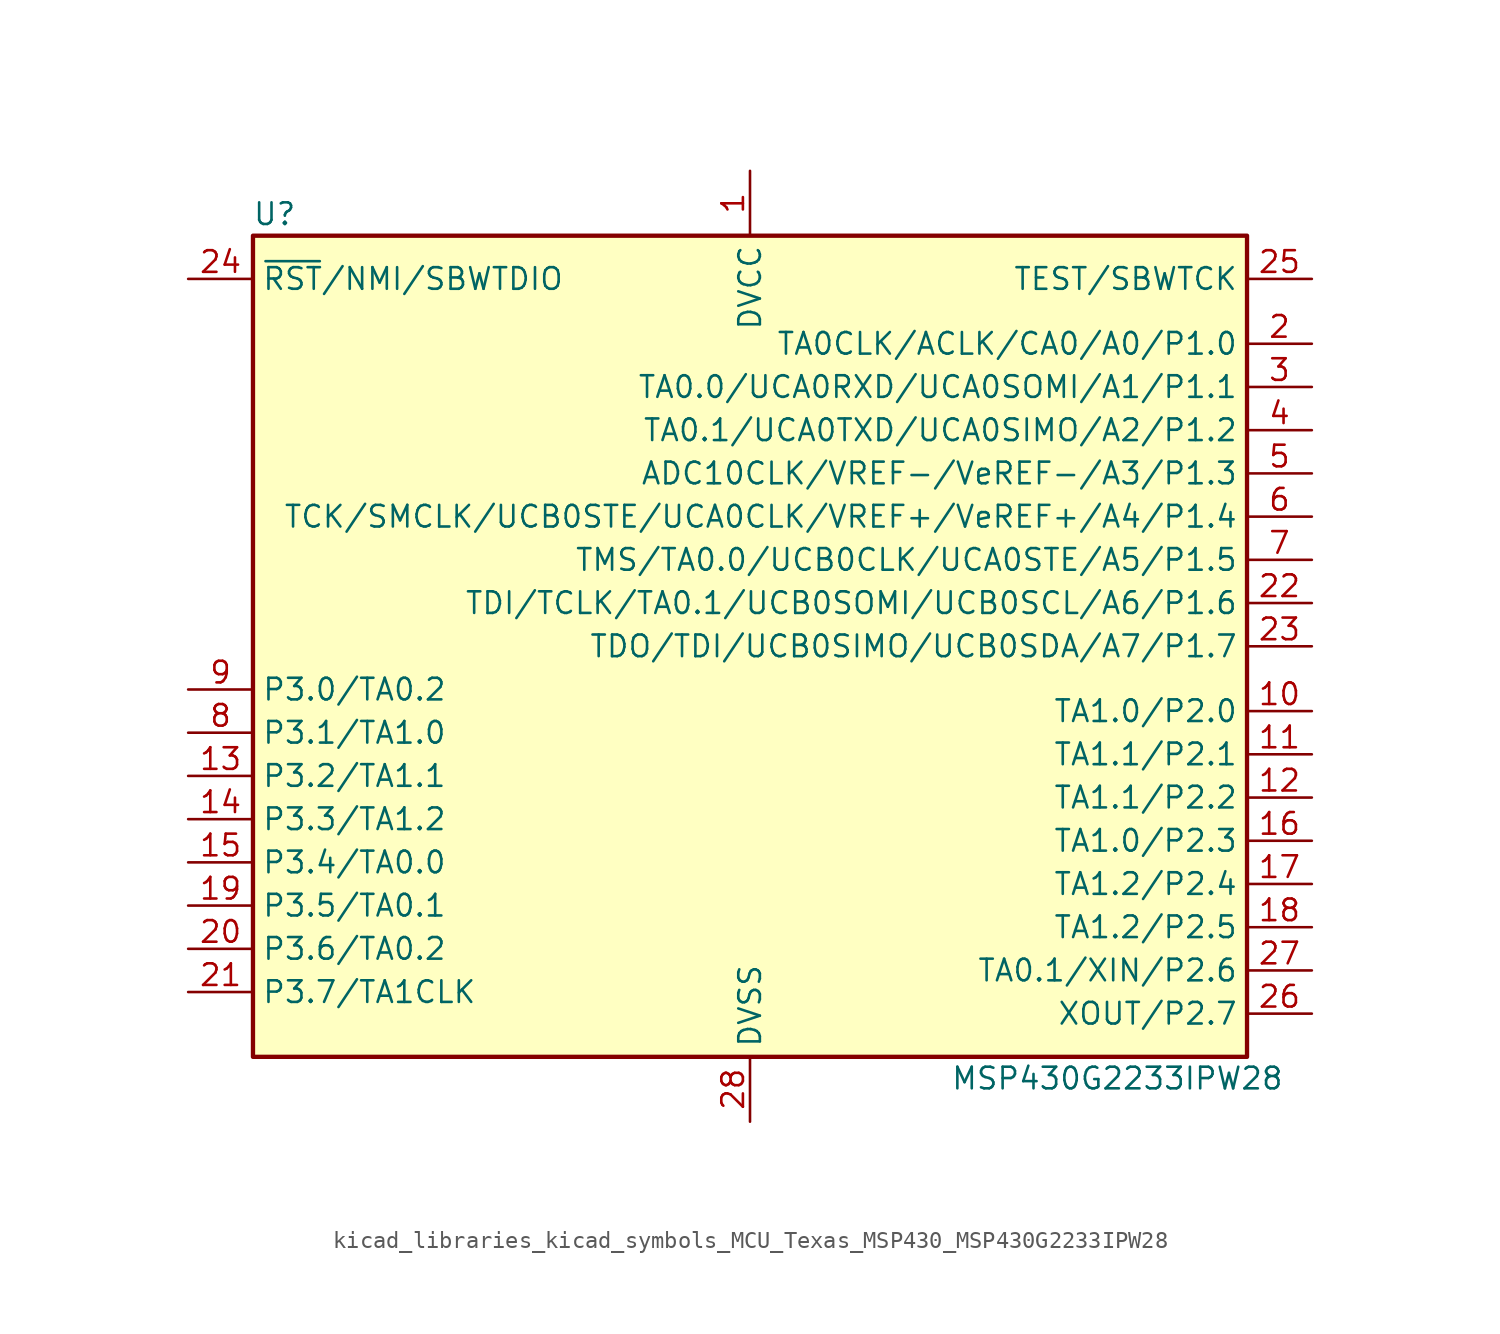
<source format=kicad_sym>
(kicad_symbol_lib
  (version 20220914)
  (generator kicad_symbol_editor)
  (symbol "kicad_libraries_kicad_symbols_MCU_Texas_MSP430_MSP430G2233IPW28"
    (property "Reference" "U"
      (at -27.94 25.4 0)
      (effects (font (size 1.27 1.27))))
    (property "Value" "MSP430G2233IPW28"
      (at 21.59 -25.4 0)
      (effects (font (size 1.27 1.27))))
    (symbol "kicad_libraries_kicad_symbols_MCU_Texas_MSP430_MSP430G2233IPW28_0_1"
      (rectangle (start -29.21 24.13) (end 29.21 -24.13) (stroke (width 0.254) (type default)) (fill (type background))))
    (symbol "kicad_libraries_kicad_symbols_MCU_Texas_MSP430_MSP430G2233IPW28_1_1"
      (pin power_in line (at 0 27.94 270) (length 3.81) (name "DVCC" (effects (font (size 1.27 1.27)))) (number "1" (effects (font (size 1.27 1.27)))))
      (pin bidirectional line (at 33.02 -3.81 180) (length 3.81) (name "TA1.0/P2.0" (effects (font (size 1.27 1.27)))) (number "10" (effects (font (size 1.27 1.27)))))
      (pin bidirectional line (at 33.02 -6.35 180) (length 3.81) (name "TA1.1/P2.1" (effects (font (size 1.27 1.27)))) (number "11" (effects (font (size 1.27 1.27)))))
      (pin bidirectional line (at 33.02 -8.89 180) (length 3.81) (name "TA1.1/P2.2" (effects (font (size 1.27 1.27)))) (number "12" (effects (font (size 1.27 1.27)))))
      (pin bidirectional line (at -33.02 -7.62 0) (length 3.81) (name "P3.2/TA1.1" (effects (font (size 1.27 1.27)))) (number "13" (effects (font (size 1.27 1.27)))))
      (pin bidirectional line (at -33.02 -10.16 0) (length 3.81) (name "P3.3/TA1.2" (effects (font (size 1.27 1.27)))) (number "14" (effects (font (size 1.27 1.27)))))
      (pin bidirectional line (at -33.02 -12.7 0) (length 3.81) (name "P3.4/TA0.0" (effects (font (size 1.27 1.27)))) (number "15" (effects (font (size 1.27 1.27)))))
      (pin bidirectional line (at 33.02 -11.43 180) (length 3.81) (name "TA1.0/P2.3" (effects (font (size 1.27 1.27)))) (number "16" (effects (font (size 1.27 1.27)))))
      (pin bidirectional line (at 33.02 -13.97 180) (length 3.81) (name "TA1.2/P2.4" (effects (font (size 1.27 1.27)))) (number "17" (effects (font (size 1.27 1.27)))))
      (pin bidirectional line (at 33.02 -16.51 180) (length 3.81) (name "TA1.2/P2.5" (effects (font (size 1.27 1.27)))) (number "18" (effects (font (size 1.27 1.27)))))
      (pin bidirectional line (at -33.02 -15.24 0) (length 3.81) (name "P3.5/TA0.1" (effects (font (size 1.27 1.27)))) (number "19" (effects (font (size 1.27 1.27)))))
      (pin bidirectional line (at 33.02 17.78 180) (length 3.81) (name "TA0CLK/ACLK/CA0/A0/P1.0" (effects (font (size 1.27 1.27)))) (number "2" (effects (font (size 1.27 1.27)))))
      (pin bidirectional line (at -33.02 -17.78 0) (length 3.81) (name "P3.6/TA0.2" (effects (font (size 1.27 1.27)))) (number "20" (effects (font (size 1.27 1.27)))))
      (pin bidirectional line (at -33.02 -20.32 0) (length 3.81) (name "P3.7/TA1CLK" (effects (font (size 1.27 1.27)))) (number "21" (effects (font (size 1.27 1.27)))))
      (pin bidirectional line (at 33.02 2.54 180) (length 3.81) (name "TDI/TCLK/TA0.1/UCB0SOMI/UCB0SCL/A6/P1.6" (effects (font (size 1.27 1.27)))) (number "22" (effects (font (size 1.27 1.27)))))
      (pin bidirectional line (at 33.02 0 180) (length 3.81) (name "TDO/TDI/UCB0SIMO/UCB0SDA/A7/P1.7" (effects (font (size 1.27 1.27)))) (number "23" (effects (font (size 1.27 1.27)))))
      (pin input line (at -33.02 21.59 0) (length 3.81) (name "~{RST}/NMI/SBWTDIO" (effects (font (size 1.27 1.27)))) (number "24" (effects (font (size 1.27 1.27)))))
      (pin input line (at 33.02 21.59 180) (length 3.81) (name "TEST/SBWTCK" (effects (font (size 1.27 1.27)))) (number "25" (effects (font (size 1.27 1.27)))))
      (pin bidirectional line (at 33.02 -21.59 180) (length 3.81) (name "XOUT/P2.7" (effects (font (size 1.27 1.27)))) (number "26" (effects (font (size 1.27 1.27)))))
      (pin bidirectional line (at 33.02 -19.05 180) (length 3.81) (name "TA0.1/XIN/P2.6" (effects (font (size 1.27 1.27)))) (number "27" (effects (font (size 1.27 1.27)))))
      (pin power_in line (at 0 -27.94 90) (length 3.81) (name "DVSS" (effects (font (size 1.27 1.27)))) (number "28" (effects (font (size 1.27 1.27)))))
      (pin bidirectional line (at 33.02 15.24 180) (length 3.81) (name "TA0.0/UCA0RXD/UCA0SOMI/A1/P1.1" (effects (font (size 1.27 1.27)))) (number "3" (effects (font (size 1.27 1.27)))))
      (pin bidirectional line (at 33.02 12.7 180) (length 3.81) (name "TA0.1/UCA0TXD/UCA0SIMO/A2/P1.2" (effects (font (size 1.27 1.27)))) (number "4" (effects (font (size 1.27 1.27)))))
      (pin bidirectional line (at 33.02 10.16 180) (length 3.81) (name "ADC10CLK/VREF-/VeREF-/A3/P1.3" (effects (font (size 1.27 1.27)))) (number "5" (effects (font (size 1.27 1.27)))))
      (pin bidirectional line (at 33.02 7.62 180) (length 3.81) (name "TCK/SMCLK/UCB0STE/UCA0CLK/VREF+/VeREF+/A4/P1.4" (effects (font (size 1.27 1.27)))) (number "6" (effects (font (size 1.27 1.27)))))
      (pin bidirectional line (at 33.02 5.08 180) (length 3.81) (name "TMS/TA0.0/UCB0CLK/UCA0STE/A5/P1.5" (effects (font (size 1.27 1.27)))) (number "7" (effects (font (size 1.27 1.27)))))
      (pin bidirectional line (at -33.02 -5.08 0) (length 3.81) (name "P3.1/TA1.0" (effects (font (size 1.27 1.27)))) (number "8" (effects (font (size 1.27 1.27)))))
      (pin bidirectional line (at -33.02 -2.54 0) (length 3.81) (name "P3.0/TA0.2" (effects (font (size 1.27 1.27)))) (number "9" (effects (font (size 1.27 1.27))))))))
</source>
